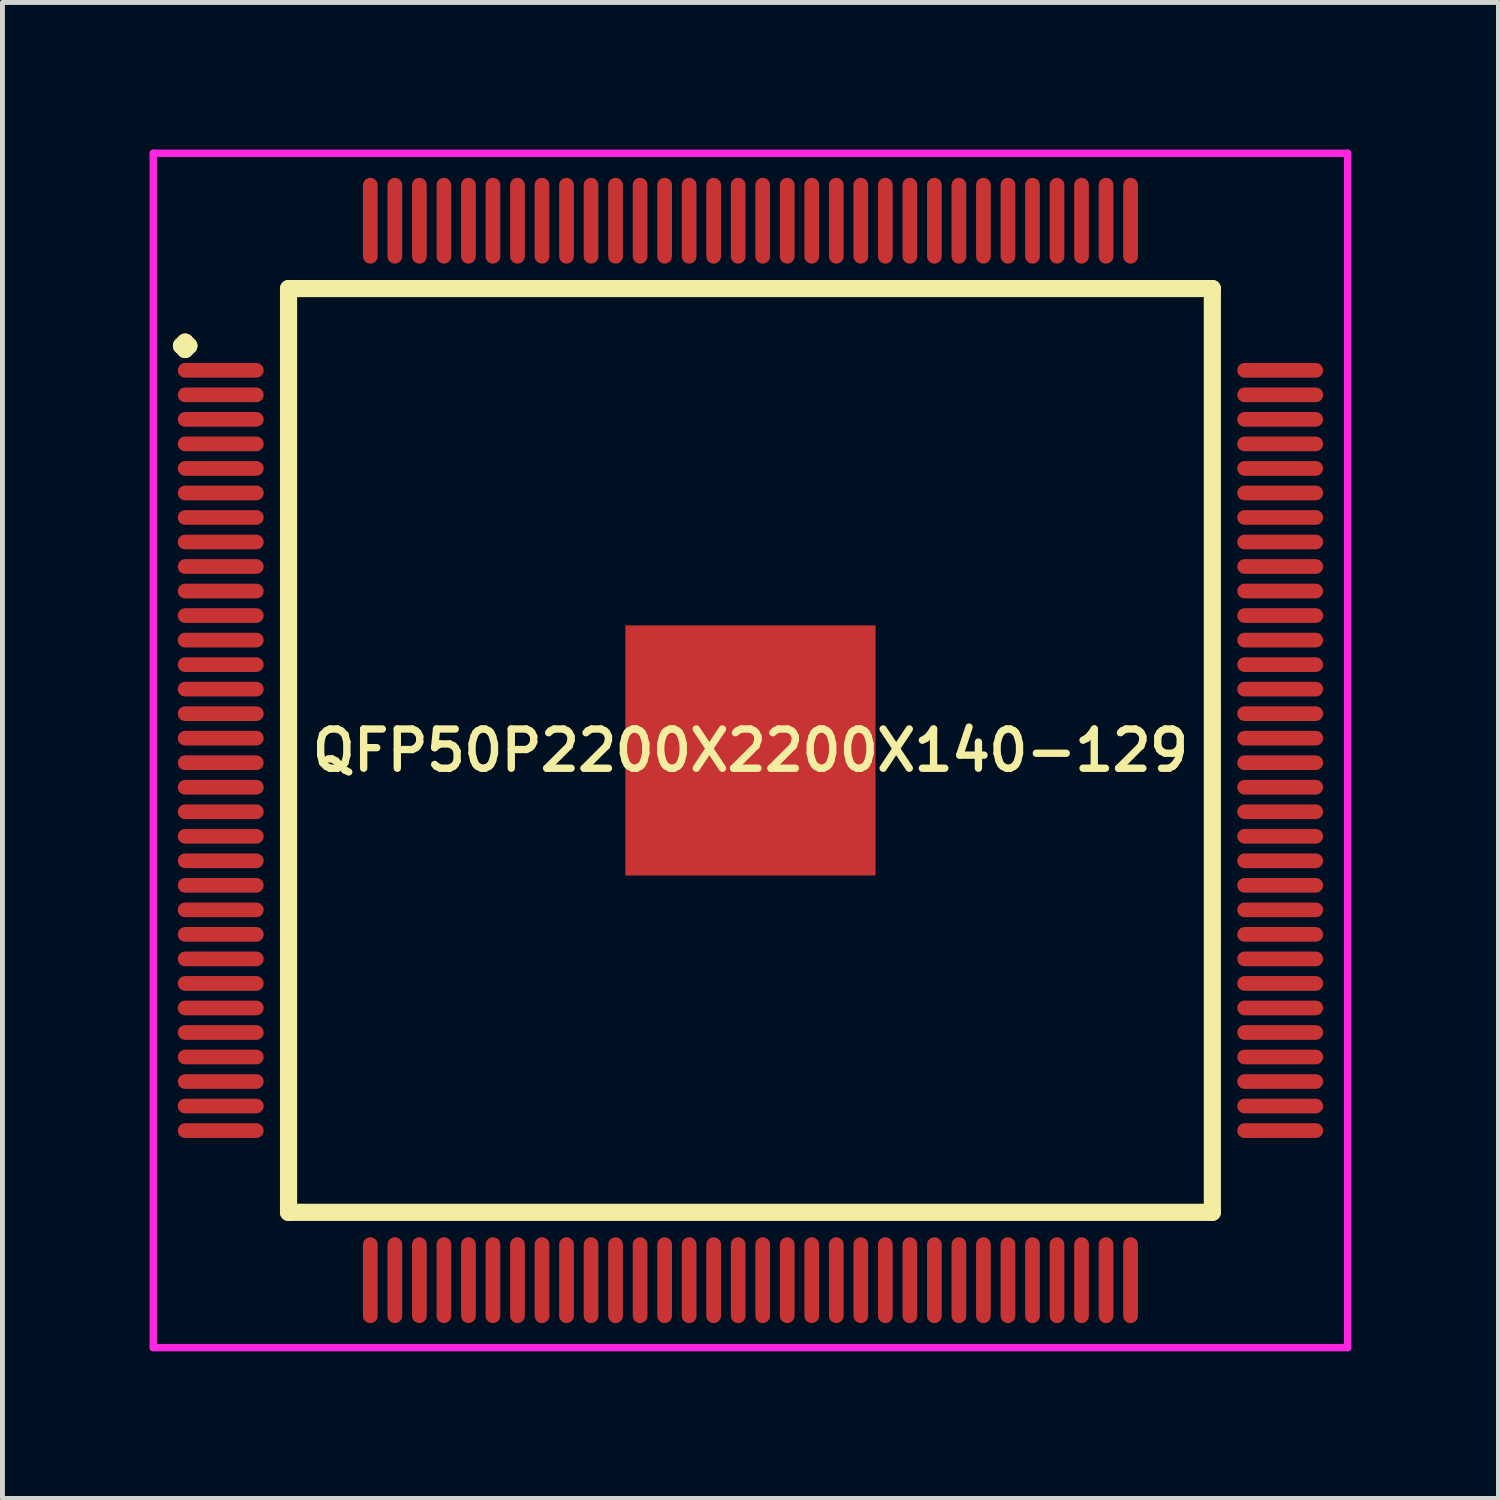
<source format=kicad_pcb>
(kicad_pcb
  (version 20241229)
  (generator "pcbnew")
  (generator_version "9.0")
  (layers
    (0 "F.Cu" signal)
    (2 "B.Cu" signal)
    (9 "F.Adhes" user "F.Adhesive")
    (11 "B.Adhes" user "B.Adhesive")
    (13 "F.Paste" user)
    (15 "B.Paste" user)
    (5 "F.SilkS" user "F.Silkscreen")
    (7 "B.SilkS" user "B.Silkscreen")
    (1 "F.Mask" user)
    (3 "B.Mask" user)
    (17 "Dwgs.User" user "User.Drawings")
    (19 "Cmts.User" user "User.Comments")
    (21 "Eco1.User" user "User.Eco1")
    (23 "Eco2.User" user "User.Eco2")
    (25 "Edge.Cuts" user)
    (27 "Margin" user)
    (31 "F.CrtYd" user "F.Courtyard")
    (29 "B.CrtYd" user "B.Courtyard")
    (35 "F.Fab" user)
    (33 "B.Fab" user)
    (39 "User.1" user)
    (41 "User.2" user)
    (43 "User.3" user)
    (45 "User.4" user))
  (footprint "QFP50P2200X2200X140-129"
    (layer "F.Cu")
    (at 12.25 12.25)
    (property "Reference" "QFP50P2200X2200X140-129" (at 0 0 0) (layer "F.SilkS") (effects (font (size 0.8 0.8) (thickness 0.15))))
    (attr through_hole)
    (fp_line (start -11.6 -8.25) (end -11.525 -8.325) (stroke (width 0.35) (type solid)) (layer "F.SilkS"))
    (fp_line (start -11.525 -8.325) (end -11.45 -8.25) (stroke (width 0.35) (type solid)) (layer "F.SilkS"))
    (fp_line (start -11.525 -8.175) (end -11.6 -8.25) (stroke (width 0.35) (type solid)) (layer "F.SilkS"))
    (fp_line (start -11.45 -8.25) (end -11.525 -8.175) (stroke (width 0.35) (type solid)) (layer "F.SilkS"))
    (fp_line (start -9.417 -9.417) (end -9.417 9.417) (stroke (width 0.35) (type solid)) (layer "F.SilkS"))
    (fp_line (start -9.417 9.417) (end 9.417 9.417) (stroke (width 0.35) (type solid)) (layer "F.SilkS"))
    (fp_line (start 9.417 -9.417) (end -9.417 -9.417) (stroke (width 0.35) (type solid)) (layer "F.SilkS"))
    (fp_line (start 9.417 9.417) (end 9.417 -9.417) (stroke (width 0.35) (type solid)) (layer "F.SilkS"))
    (fp_line (start -12.175 -12.175) (end 12.175 -12.175) (stroke (width 0.15) (type solid)) (layer "F.CrtYd"))
    (fp_line (start -12.175 12.175) (end -12.175 -12.175) (stroke (width 0.15) (type solid)) (layer "F.CrtYd"))
    (fp_line (start 12.175 -12.175) (end 12.175 12.175) (stroke (width 0.15) (type solid)) (layer "F.CrtYd"))
    (fp_line (start 12.175 12.175) (end -12.175 12.175) (stroke (width 0.15) (type solid)) (layer "F.CrtYd"))
    (pad "1" smd oval (at -10.8 -7.75) (size 1.75 0.3) (layers "F.Cu" "F.Mask" "F.Paste"))
    (pad "2" smd oval (at -10.8 -7.25) (size 1.75 0.3) (layers "F.Cu" "F.Mask" "F.Paste"))
    (pad "3" smd oval (at -10.8 -6.75) (size 1.75 0.3) (layers "F.Cu" "F.Mask" "F.Paste"))
    (pad "4" smd oval (at -10.8 -6.25) (size 1.75 0.3) (layers "F.Cu" "F.Mask" "F.Paste"))
    (pad "5" smd oval (at -10.8 -5.75) (size 1.75 0.3) (layers "F.Cu" "F.Mask" "F.Paste"))
    (pad "6" smd oval (at -10.8 -5.25) (size 1.75 0.3) (layers "F.Cu" "F.Mask" "F.Paste"))
    (pad "7" smd oval (at -10.8 -4.75) (size 1.75 0.3) (layers "F.Cu" "F.Mask" "F.Paste"))
    (pad "8" smd oval (at -10.8 -4.25) (size 1.75 0.3) (layers "F.Cu" "F.Mask" "F.Paste"))
    (pad "9" smd oval (at -10.8 -3.75) (size 1.75 0.3) (layers "F.Cu" "F.Mask" "F.Paste"))
    (pad "10" smd oval (at -10.8 -3.25) (size 1.75 0.3) (layers "F.Cu" "F.Mask" "F.Paste"))
    (pad "11" smd oval (at -10.8 -2.75) (size 1.75 0.3) (layers "F.Cu" "F.Mask" "F.Paste"))
    (pad "12" smd oval (at -10.8 -2.25) (size 1.75 0.3) (layers "F.Cu" "F.Mask" "F.Paste"))
    (pad "13" smd oval (at -10.8 -1.75) (size 1.75 0.3) (layers "F.Cu" "F.Mask" "F.Paste"))
    (pad "14" smd oval (at -10.8 -1.25) (size 1.75 0.3) (layers "F.Cu" "F.Mask" "F.Paste"))
    (pad "15" smd oval (at -10.8 -0.75) (size 1.75 0.3) (layers "F.Cu" "F.Mask" "F.Paste"))
    (pad "16" smd oval (at -10.8 -0.25) (size 1.75 0.3) (layers "F.Cu" "F.Mask" "F.Paste"))
    (pad "17" smd oval (at -10.8 0.25) (size 1.75 0.3) (layers "F.Cu" "F.Mask" "F.Paste"))
    (pad "18" smd oval (at -10.8 0.75) (size 1.75 0.3) (layers "F.Cu" "F.Mask" "F.Paste"))
    (pad "19" smd oval (at -10.8 1.25) (size 1.75 0.3) (layers "F.Cu" "F.Mask" "F.Paste"))
    (pad "20" smd oval (at -10.8 1.75) (size 1.75 0.3) (layers "F.Cu" "F.Mask" "F.Paste"))
    (pad "21" smd oval (at -10.8 2.25) (size 1.75 0.3) (layers "F.Cu" "F.Mask" "F.Paste"))
    (pad "22" smd oval (at -10.8 2.75) (size 1.75 0.3) (layers "F.Cu" "F.Mask" "F.Paste"))
    (pad "23" smd oval (at -10.8 3.25) (size 1.75 0.3) (layers "F.Cu" "F.Mask" "F.Paste"))
    (pad "24" smd oval (at -10.8 3.75) (size 1.75 0.3) (layers "F.Cu" "F.Mask" "F.Paste"))
    (pad "25" smd oval (at -10.8 4.25) (size 1.75 0.3) (layers "F.Cu" "F.Mask" "F.Paste"))
    (pad "26" smd oval (at -10.8 4.75) (size 1.75 0.3) (layers "F.Cu" "F.Mask" "F.Paste"))
    (pad "27" smd oval (at -10.8 5.25) (size 1.75 0.3) (layers "F.Cu" "F.Mask" "F.Paste"))
    (pad "28" smd oval (at -10.8 5.75) (size 1.75 0.3) (layers "F.Cu" "F.Mask" "F.Paste"))
    (pad "29" smd oval (at -10.8 6.25) (size 1.75 0.3) (layers "F.Cu" "F.Mask" "F.Paste"))
    (pad "30" smd oval (at -10.8 6.75) (size 1.75 0.3) (layers "F.Cu" "F.Mask" "F.Paste"))
    (pad "31" smd oval (at -10.8 7.25) (size 1.75 0.3) (layers "F.Cu" "F.Mask" "F.Paste"))
    (pad "32" smd oval (at -10.8 7.75) (size 1.75 0.3) (layers "F.Cu" "F.Mask" "F.Paste"))
    (pad "33" smd oval (at -7.75 10.8) (size 0.3 1.75) (layers "F.Cu" "F.Mask" "F.Paste"))
    (pad "34" smd oval (at -7.25 10.8) (size 0.3 1.75) (layers "F.Cu" "F.Mask" "F.Paste"))
    (pad "35" smd oval (at -6.75 10.8) (size 0.3 1.75) (layers "F.Cu" "F.Mask" "F.Paste"))
    (pad "36" smd oval (at -6.25 10.8) (size 0.3 1.75) (layers "F.Cu" "F.Mask" "F.Paste"))
    (pad "37" smd oval (at -5.75 10.8) (size 0.3 1.75) (layers "F.Cu" "F.Mask" "F.Paste"))
    (pad "38" smd oval (at -5.25 10.8) (size 0.3 1.75) (layers "F.Cu" "F.Mask" "F.Paste"))
    (pad "39" smd oval (at -4.75 10.8) (size 0.3 1.75) (layers "F.Cu" "F.Mask" "F.Paste"))
    (pad "40" smd oval (at -4.25 10.8) (size 0.3 1.75) (layers "F.Cu" "F.Mask" "F.Paste"))
    (pad "41" smd oval (at -3.75 10.8) (size 0.3 1.75) (layers "F.Cu" "F.Mask" "F.Paste"))
    (pad "42" smd oval (at -3.25 10.8) (size 0.3 1.75) (layers "F.Cu" "F.Mask" "F.Paste"))
    (pad "43" smd oval (at -2.75 10.8) (size 0.3 1.75) (layers "F.Cu" "F.Mask" "F.Paste"))
    (pad "44" smd oval (at -2.25 10.8) (size 0.3 1.75) (layers "F.Cu" "F.Mask" "F.Paste"))
    (pad "45" smd oval (at -1.75 10.8) (size 0.3 1.75) (layers "F.Cu" "F.Mask" "F.Paste"))
    (pad "46" smd oval (at -1.25 10.8) (size 0.3 1.75) (layers "F.Cu" "F.Mask" "F.Paste"))
    (pad "47" smd oval (at -0.75 10.8) (size 0.3 1.75) (layers "F.Cu" "F.Mask" "F.Paste"))
    (pad "48" smd oval (at -0.25 10.8) (size 0.3 1.75) (layers "F.Cu" "F.Mask" "F.Paste"))
    (pad "49" smd oval (at 0.25 10.8) (size 0.3 1.75) (layers "F.Cu" "F.Mask" "F.Paste"))
    (pad "50" smd oval (at 0.75 10.8) (size 0.3 1.75) (layers "F.Cu" "F.Mask" "F.Paste"))
    (pad "51" smd oval (at 1.25 10.8) (size 0.3 1.75) (layers "F.Cu" "F.Mask" "F.Paste"))
    (pad "52" smd oval (at 1.75 10.8) (size 0.3 1.75) (layers "F.Cu" "F.Mask" "F.Paste"))
    (pad "53" smd oval (at 2.25 10.8) (size 0.3 1.75) (layers "F.Cu" "F.Mask" "F.Paste"))
    (pad "54" smd oval (at 2.75 10.8) (size 0.3 1.75) (layers "F.Cu" "F.Mask" "F.Paste"))
    (pad "55" smd oval (at 3.25 10.8) (size 0.3 1.75) (layers "F.Cu" "F.Mask" "F.Paste"))
    (pad "56" smd oval (at 3.75 10.8) (size 0.3 1.75) (layers "F.Cu" "F.Mask" "F.Paste"))
    (pad "57" smd oval (at 4.25 10.8) (size 0.3 1.75) (layers "F.Cu" "F.Mask" "F.Paste"))
    (pad "58" smd oval (at 4.75 10.8) (size 0.3 1.75) (layers "F.Cu" "F.Mask" "F.Paste"))
    (pad "59" smd oval (at 5.25 10.8) (size 0.3 1.75) (layers "F.Cu" "F.Mask" "F.Paste"))
    (pad "60" smd oval (at 5.75 10.8) (size 0.3 1.75) (layers "F.Cu" "F.Mask" "F.Paste"))
    (pad "61" smd oval (at 6.25 10.8) (size 0.3 1.75) (layers "F.Cu" "F.Mask" "F.Paste"))
    (pad "62" smd oval (at 6.75 10.8) (size 0.3 1.75) (layers "F.Cu" "F.Mask" "F.Paste"))
    (pad "63" smd oval (at 7.25 10.8) (size 0.3 1.75) (layers "F.Cu" "F.Mask" "F.Paste"))
    (pad "64" smd oval (at 7.75 10.8) (size 0.3 1.75) (layers "F.Cu" "F.Mask" "F.Paste"))
    (pad "65" smd oval (at 10.8 7.75) (size 1.75 0.3) (layers "F.Cu" "F.Mask" "F.Paste"))
    (pad "66" smd oval (at 10.8 7.25) (size 1.75 0.3) (layers "F.Cu" "F.Mask" "F.Paste"))
    (pad "67" smd oval (at 10.8 6.75) (size 1.75 0.3) (layers "F.Cu" "F.Mask" "F.Paste"))
    (pad "68" smd oval (at 10.8 6.25) (size 1.75 0.3) (layers "F.Cu" "F.Mask" "F.Paste"))
    (pad "69" smd oval (at 10.8 5.75) (size 1.75 0.3) (layers "F.Cu" "F.Mask" "F.Paste"))
    (pad "70" smd oval (at 10.8 5.25) (size 1.75 0.3) (layers "F.Cu" "F.Mask" "F.Paste"))
    (pad "71" smd oval (at 10.8 4.75) (size 1.75 0.3) (layers "F.Cu" "F.Mask" "F.Paste"))
    (pad "72" smd oval (at 10.8 4.25) (size 1.75 0.3) (layers "F.Cu" "F.Mask" "F.Paste"))
    (pad "73" smd oval (at 10.8 3.75) (size 1.75 0.3) (layers "F.Cu" "F.Mask" "F.Paste"))
    (pad "74" smd oval (at 10.8 3.25) (size 1.75 0.3) (layers "F.Cu" "F.Mask" "F.Paste"))
    (pad "75" smd oval (at 10.8 2.75) (size 1.75 0.3) (layers "F.Cu" "F.Mask" "F.Paste"))
    (pad "76" smd oval (at 10.8 2.25) (size 1.75 0.3) (layers "F.Cu" "F.Mask" "F.Paste"))
    (pad "77" smd oval (at 10.8 1.75) (size 1.75 0.3) (layers "F.Cu" "F.Mask" "F.Paste"))
    (pad "78" smd oval (at 10.8 1.25) (size 1.75 0.3) (layers "F.Cu" "F.Mask" "F.Paste"))
    (pad "79" smd oval (at 10.8 0.75) (size 1.75 0.3) (layers "F.Cu" "F.Mask" "F.Paste"))
    (pad "80" smd oval (at 10.8 0.25) (size 1.75 0.3) (layers "F.Cu" "F.Mask" "F.Paste"))
    (pad "81" smd oval (at 10.8 -0.25) (size 1.75 0.3) (layers "F.Cu" "F.Mask" "F.Paste"))
    (pad "82" smd oval (at 10.8 -0.75) (size 1.75 0.3) (layers "F.Cu" "F.Mask" "F.Paste"))
    (pad "83" smd oval (at 10.8 -1.25) (size 1.75 0.3) (layers "F.Cu" "F.Mask" "F.Paste"))
    (pad "84" smd oval (at 10.8 -1.75) (size 1.75 0.3) (layers "F.Cu" "F.Mask" "F.Paste"))
    (pad "85" smd oval (at 10.8 -2.25) (size 1.75 0.3) (layers "F.Cu" "F.Mask" "F.Paste"))
    (pad "86" smd oval (at 10.8 -2.75) (size 1.75 0.3) (layers "F.Cu" "F.Mask" "F.Paste"))
    (pad "87" smd oval (at 10.8 -3.25) (size 1.75 0.3) (layers "F.Cu" "F.Mask" "F.Paste"))
    (pad "88" smd oval (at 10.8 -3.75) (size 1.75 0.3) (layers "F.Cu" "F.Mask" "F.Paste"))
    (pad "89" smd oval (at 10.8 -4.25) (size 1.75 0.3) (layers "F.Cu" "F.Mask" "F.Paste"))
    (pad "90" smd oval (at 10.8 -4.75) (size 1.75 0.3) (layers "F.Cu" "F.Mask" "F.Paste"))
    (pad "91" smd oval (at 10.8 -5.25) (size 1.75 0.3) (layers "F.Cu" "F.Mask" "F.Paste"))
    (pad "92" smd oval (at 10.8 -5.75) (size 1.75 0.3) (layers "F.Cu" "F.Mask" "F.Paste"))
    (pad "93" smd oval (at 10.8 -6.25) (size 1.75 0.3) (layers "F.Cu" "F.Mask" "F.Paste"))
    (pad "94" smd oval (at 10.8 -6.75) (size 1.75 0.3) (layers "F.Cu" "F.Mask" "F.Paste"))
    (pad "95" smd oval (at 10.8 -7.25) (size 1.75 0.3) (layers "F.Cu" "F.Mask" "F.Paste"))
    (pad "96" smd oval (at 10.8 -7.75) (size 1.75 0.3) (layers "F.Cu" "F.Mask" "F.Paste"))
    (pad "97" smd oval (at 7.75 -10.8) (size 0.3 1.75) (layers "F.Cu" "F.Mask" "F.Paste"))
    (pad "98" smd oval (at 7.25 -10.8) (size 0.3 1.75) (layers "F.Cu" "F.Mask" "F.Paste"))
    (pad "99" smd oval (at 6.75 -10.8) (size 0.3 1.75) (layers "F.Cu" "F.Mask" "F.Paste"))
    (pad "100" smd oval (at 6.25 -10.8) (size 0.3 1.75) (layers "F.Cu" "F.Mask" "F.Paste"))
    (pad "101" smd oval (at 5.75 -10.8) (size 0.3 1.75) (layers "F.Cu" "F.Mask" "F.Paste"))
    (pad "102" smd oval (at 5.25 -10.8) (size 0.3 1.75) (layers "F.Cu" "F.Mask" "F.Paste"))
    (pad "103" smd oval (at 4.75 -10.8) (size 0.3 1.75) (layers "F.Cu" "F.Mask" "F.Paste"))
    (pad "104" smd oval (at 4.25 -10.8) (size 0.3 1.75) (layers "F.Cu" "F.Mask" "F.Paste"))
    (pad "105" smd oval (at 3.75 -10.8) (size 0.3 1.75) (layers "F.Cu" "F.Mask" "F.Paste"))
    (pad "106" smd oval (at 3.25 -10.8) (size 0.3 1.75) (layers "F.Cu" "F.Mask" "F.Paste"))
    (pad "107" smd oval (at 2.75 -10.8) (size 0.3 1.75) (layers "F.Cu" "F.Mask" "F.Paste"))
    (pad "108" smd oval (at 2.25 -10.8) (size 0.3 1.75) (layers "F.Cu" "F.Mask" "F.Paste"))
    (pad "109" smd oval (at 1.75 -10.8) (size 0.3 1.75) (layers "F.Cu" "F.Mask" "F.Paste"))
    (pad "110" smd oval (at 1.25 -10.8) (size 0.3 1.75) (layers "F.Cu" "F.Mask" "F.Paste"))
    (pad "111" smd oval (at 0.75 -10.8) (size 0.3 1.75) (layers "F.Cu" "F.Mask" "F.Paste"))
    (pad "112" smd oval (at 0.25 -10.8) (size 0.3 1.75) (layers "F.Cu" "F.Mask" "F.Paste"))
    (pad "113" smd oval (at -0.25 -10.8) (size 0.3 1.75) (layers "F.Cu" "F.Mask" "F.Paste"))
    (pad "114" smd oval (at -0.75 -10.8) (size 0.3 1.75) (layers "F.Cu" "F.Mask" "F.Paste"))
    (pad "115" smd oval (at -1.25 -10.8) (size 0.3 1.75) (layers "F.Cu" "F.Mask" "F.Paste"))
    (pad "116" smd oval (at -1.75 -10.8) (size 0.3 1.75) (layers "F.Cu" "F.Mask" "F.Paste"))
    (pad "117" smd oval (at -2.25 -10.8) (size 0.3 1.75) (layers "F.Cu" "F.Mask" "F.Paste"))
    (pad "118" smd oval (at -2.75 -10.8) (size 0.3 1.75) (layers "F.Cu" "F.Mask" "F.Paste"))
    (pad "119" smd oval (at -3.25 -10.8) (size 0.3 1.75) (layers "F.Cu" "F.Mask" "F.Paste"))
    (pad "120" smd oval (at -3.75 -10.8) (size 0.3 1.75) (layers "F.Cu" "F.Mask" "F.Paste"))
    (pad "121" smd oval (at -4.25 -10.8) (size 0.3 1.75) (layers "F.Cu" "F.Mask" "F.Paste"))
    (pad "122" smd oval (at -4.75 -10.8) (size 0.3 1.75) (layers "F.Cu" "F.Mask" "F.Paste"))
    (pad "123" smd oval (at -5.25 -10.8) (size 0.3 1.75) (layers "F.Cu" "F.Mask" "F.Paste"))
    (pad "124" smd oval (at -5.75 -10.8) (size 0.3 1.75) (layers "F.Cu" "F.Mask" "F.Paste"))
    (pad "125" smd oval (at -6.25 -10.8) (size 0.3 1.75) (layers "F.Cu" "F.Mask" "F.Paste"))
    (pad "126" smd oval (at -6.75 -10.8) (size 0.3 1.75) (layers "F.Cu" "F.Mask" "F.Paste"))
    (pad "127" smd oval (at -7.25 -10.8) (size 0.3 1.75) (layers "F.Cu" "F.Mask" "F.Paste"))
    (pad "128" smd oval (at -7.75 -10.8) (size 0.3 1.75) (layers "F.Cu" "F.Mask" "F.Paste"))
    (pad "129" smd rect (at 0 0) (size 5.1 5.1) (layers "F.Cu" "F.Mask" "F.Paste")))
  (gr_rect
    (start -3 -3)
    (end 27.5 27.5)
    (stroke (width 0.1) (type default))
    (fill no)
    (layer "Edge.Cuts")))
</source>
